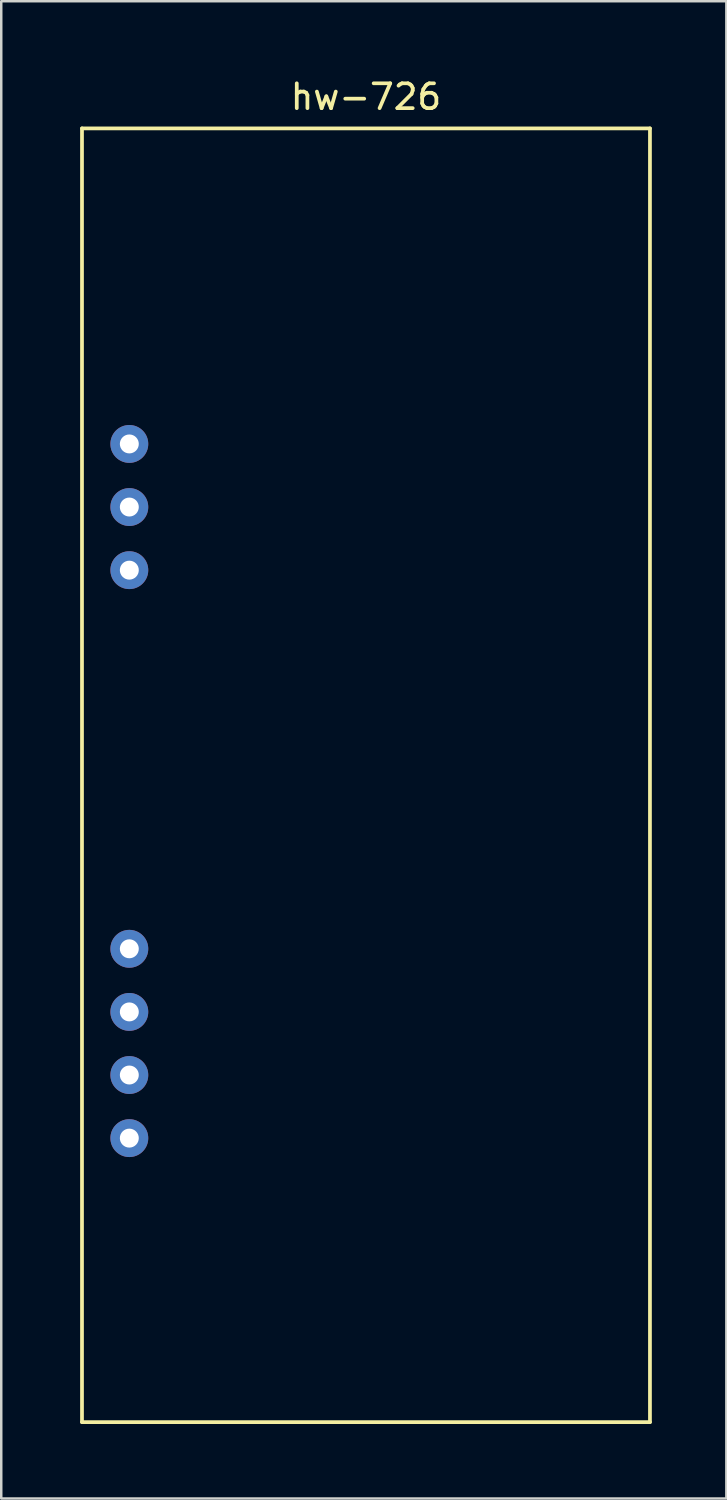
<source format=kicad_pcb>
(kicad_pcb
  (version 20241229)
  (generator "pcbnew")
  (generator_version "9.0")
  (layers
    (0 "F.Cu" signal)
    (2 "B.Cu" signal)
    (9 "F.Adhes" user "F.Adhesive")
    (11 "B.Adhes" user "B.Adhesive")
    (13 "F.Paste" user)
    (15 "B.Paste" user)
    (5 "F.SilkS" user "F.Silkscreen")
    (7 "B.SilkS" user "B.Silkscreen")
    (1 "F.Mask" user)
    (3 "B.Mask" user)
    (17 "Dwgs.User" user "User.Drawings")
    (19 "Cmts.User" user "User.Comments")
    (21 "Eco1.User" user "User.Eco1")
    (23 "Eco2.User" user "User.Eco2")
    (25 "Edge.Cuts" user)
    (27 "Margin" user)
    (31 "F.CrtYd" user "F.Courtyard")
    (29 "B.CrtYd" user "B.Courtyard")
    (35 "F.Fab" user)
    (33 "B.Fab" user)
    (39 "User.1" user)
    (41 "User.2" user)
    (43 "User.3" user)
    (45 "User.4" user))
  (footprint "hw-726"
    (layer "F.Cu")
    (at 0.25 2.118)
    (property "Reference" "hw-726" (at 11.43 -1.27 0) (layer "F.SilkS") (effects (font (size 1 1) (thickness 0.15))))
    (attr through_hole)
    (fp_line (start 0 0) (end 22.86 0) (stroke (width 0.15) (type solid)) (layer "F.SilkS"))
    (fp_line (start 0 52.07) (end 0 0) (stroke (width 0.15) (type solid)) (layer "F.SilkS"))
    (fp_line (start 22.86 0) (end 22.86 52.07) (stroke (width 0.15) (type solid)) (layer "F.SilkS"))
    (fp_line (start 22.86 52.07) (end 0 52.07) (stroke (width 0.15) (type solid)) (layer "F.SilkS"))
    (pad "1" thru_hole circle (at 1.905 40.64) (size 1.524 1.524) (drill 0.762) (layers "*.Cu" "*.Mask"))
    (pad "2" thru_hole circle (at 1.905 38.1) (size 1.524 1.524) (drill 0.762) (layers "*.Cu" "*.Mask"))
    (pad "3" thru_hole circle (at 1.905 35.56) (size 1.524 1.524) (drill 0.762) (layers "*.Cu" "*.Mask"))
    (pad "4" thru_hole circle (at 1.905 33.02) (size 1.524 1.524) (drill 0.762) (layers "*.Cu" "*.Mask"))
    (pad "5" thru_hole circle (at 1.905 17.78) (size 1.524 1.524) (drill 0.762) (layers "*.Cu" "*.Mask"))
    (pad "6" thru_hole circle (at 1.905 15.24) (size 1.524 1.524) (drill 0.762) (layers "*.Cu" "*.Mask"))
    (pad "7" thru_hole circle (at 1.905 12.7) (size 1.524 1.524) (drill 0.762) (layers "*.Cu" "*.Mask")))
  (gr_rect
    (start -3 -3)
    (end 26.185 57.263)
    (stroke (width 0.1) (type default))
    (fill no)
    (layer "Edge.Cuts")))
</source>
